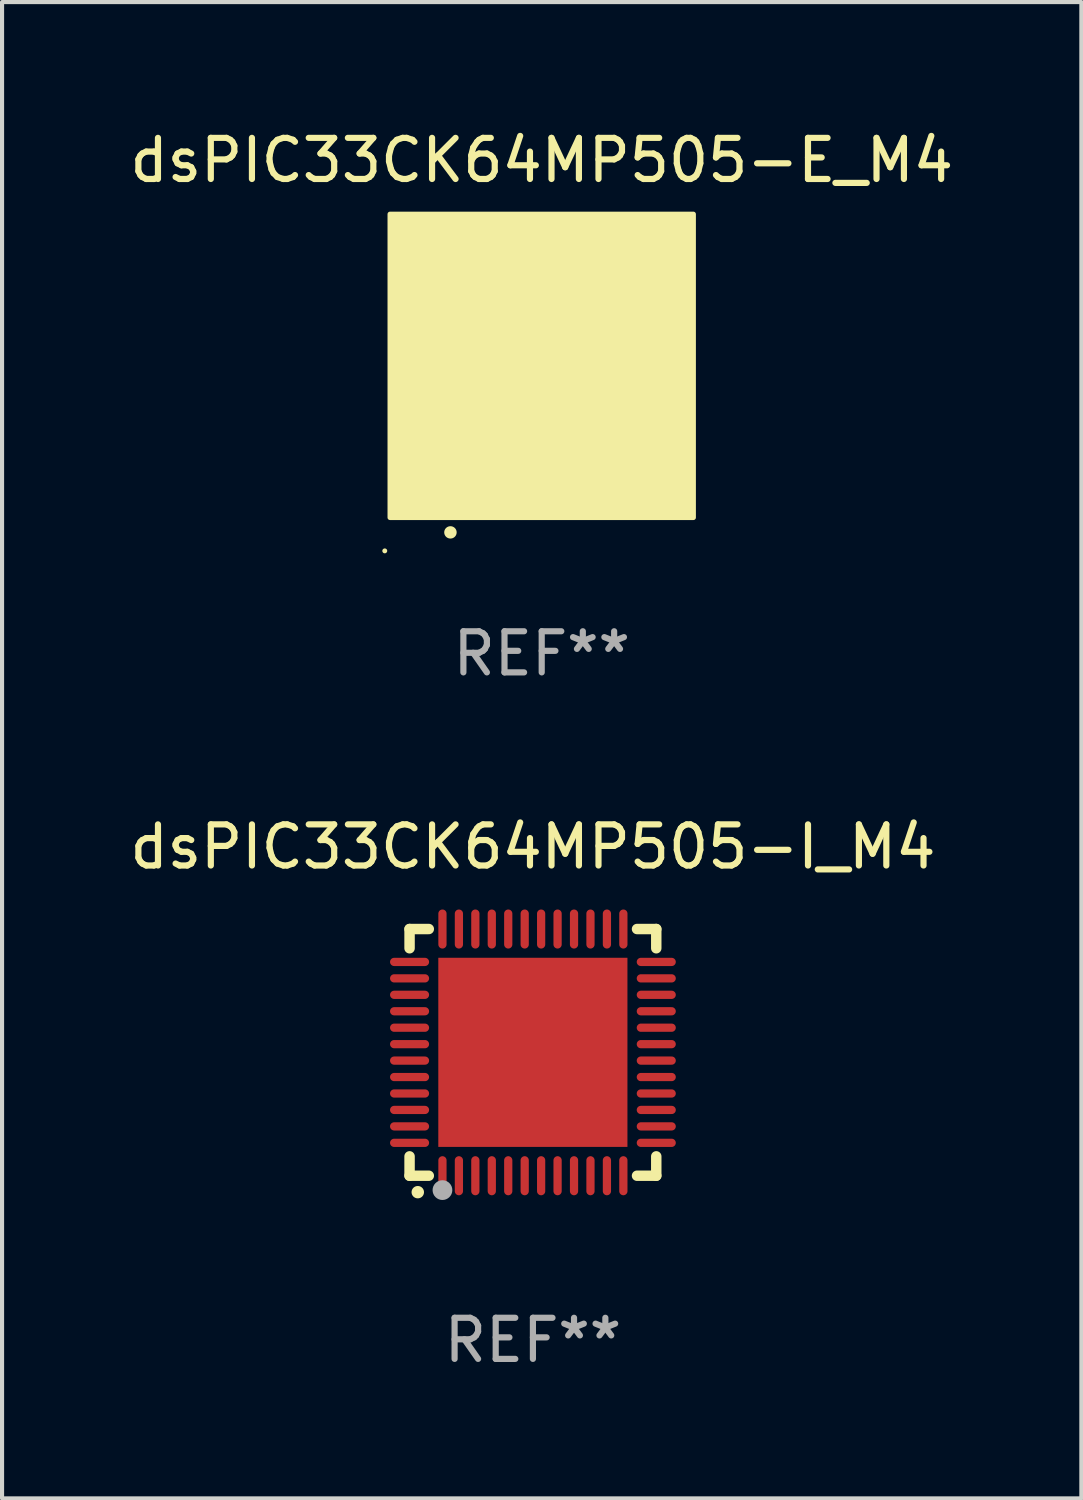
<source format=kicad_pcb>
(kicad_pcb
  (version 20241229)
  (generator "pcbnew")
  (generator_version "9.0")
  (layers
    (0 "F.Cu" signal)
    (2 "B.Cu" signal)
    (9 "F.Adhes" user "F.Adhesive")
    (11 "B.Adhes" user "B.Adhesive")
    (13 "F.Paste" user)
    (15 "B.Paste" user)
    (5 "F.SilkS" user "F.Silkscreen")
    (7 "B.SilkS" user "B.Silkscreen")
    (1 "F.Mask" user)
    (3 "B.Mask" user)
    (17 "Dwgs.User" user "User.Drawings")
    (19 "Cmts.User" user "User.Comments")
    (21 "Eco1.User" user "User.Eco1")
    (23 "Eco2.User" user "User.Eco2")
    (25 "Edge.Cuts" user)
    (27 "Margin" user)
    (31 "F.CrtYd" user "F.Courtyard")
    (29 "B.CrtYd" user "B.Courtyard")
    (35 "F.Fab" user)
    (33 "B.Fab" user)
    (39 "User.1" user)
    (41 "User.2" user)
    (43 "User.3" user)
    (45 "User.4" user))
  (footprint "dsPIC33CK64MP505-I_M4"
    (layer "F.Cu")
    (at 9.911 22.545)
    (property "Reference" "dsPIC33CK64MP505-I_M4" (at 0 -5 0) (layer "F.SilkS") (effects (font (size 1 1) (thickness 0.15))))
    (attr through_hole)
    (fp_line (start -3 -3) (end -2.532 -3) (stroke (width 0.254) (type solid)) (layer "F.SilkS"))
    (fp_line (start -3 -2.532) (end -3 -3) (stroke (width 0.254) (type solid)) (layer "F.SilkS"))
    (fp_line (start -3 3) (end -3 2.529) (stroke (width 0.254) (type solid)) (layer "F.SilkS"))
    (fp_line (start -2.532 3) (end -3 3) (stroke (width 0.254) (type solid)) (layer "F.SilkS"))
    (fp_line (start 2.532 -3) (end 3 -3) (stroke (width 0.254) (type solid)) (layer "F.SilkS"))
    (fp_line (start 3 -3) (end 3 -2.532) (stroke (width 0.254) (type solid)) (layer "F.SilkS"))
    (fp_line (start 3 2.529) (end 3 3) (stroke (width 0.254) (type solid)) (layer "F.SilkS"))
    (fp_line (start 3 3) (end 2.532 3) (stroke (width 0.254) (type solid)) (layer "F.SilkS"))
    (fp_arc (start -2.801295 3.400025) (mid -2.800025 3.40002) (end -2.798755 3.400025) (stroke (width 0.3) (type solid)) (layer "F.SilkS"))
    (fp_circle (center -3 3) (end -2.97 3) (stroke (width 0.06) (type solid)) (fill no) (layer "F.SilkS"))
    (fp_circle (center -2.2 3.35) (end -2.08 3.35) (stroke (width 0.24) (type solid)) (fill no) (layer "F.Fab"))
    (fp_text user "REF**" (at 0 7 0) (layer "F.Fab") (effects (font (size 1 1) (thickness 0.15))))
    (pad "1" smd oval (at -2.2 3) (size 0.2 0.95) (layers "F.Cu" "F.Mask" "F.Paste"))
    (pad "2" smd oval (at -1.8 3) (size 0.2 0.95) (layers "F.Cu" "F.Mask" "F.Paste"))
    (pad "3" smd oval (at -1.4 3) (size 0.2 0.95) (layers "F.Cu" "F.Mask" "F.Paste"))
    (pad "4" smd oval (at -1 3) (size 0.2 0.95) (layers "F.Cu" "F.Mask" "F.Paste"))
    (pad "5" smd oval (at -0.6 3) (size 0.2 0.95) (layers "F.Cu" "F.Mask" "F.Paste"))
    (pad "6" smd oval (at -0.2 3) (size 0.2 0.95) (layers "F.Cu" "F.Mask" "F.Paste"))
    (pad "7" smd oval (at 0.2 3) (size 0.2 0.95) (layers "F.Cu" "F.Mask" "F.Paste"))
    (pad "8" smd oval (at 0.6 3) (size 0.2 0.95) (layers "F.Cu" "F.Mask" "F.Paste"))
    (pad "9" smd oval (at 1 3) (size 0.2 0.95) (layers "F.Cu" "F.Mask" "F.Paste"))
    (pad "10" smd oval (at 1.4 3) (size 0.2 0.95) (layers "F.Cu" "F.Mask" "F.Paste"))
    (pad "11" smd oval (at 1.8 3) (size 0.2 0.95) (layers "F.Cu" "F.Mask" "F.Paste"))
    (pad "12" smd oval (at 2.2 3) (size 0.2 0.95) (layers "F.Cu" "F.Mask" "F.Paste"))
    (pad "13" smd oval (at 3 2.2 90) (size 0.2 0.95) (layers "F.Cu" "F.Mask" "F.Paste"))
    (pad "14" smd oval (at 3 1.8 90) (size 0.2 0.95) (layers "F.Cu" "F.Mask" "F.Paste"))
    (pad "15" smd oval (at 3 1.4 90) (size 0.2 0.95) (layers "F.Cu" "F.Mask" "F.Paste"))
    (pad "16" smd oval (at 3 1 90) (size 0.2 0.95) (layers "F.Cu" "F.Mask" "F.Paste"))
    (pad "17" smd oval (at 3 0.6 90) (size 0.2 0.95) (layers "F.Cu" "F.Mask" "F.Paste"))
    (pad "18" smd oval (at 3 0.2 90) (size 0.2 0.95) (layers "F.Cu" "F.Mask" "F.Paste"))
    (pad "19" smd oval (at 3 -0.2 90) (size 0.2 0.95) (layers "F.Cu" "F.Mask" "F.Paste"))
    (pad "20" smd oval (at 3 -0.6 90) (size 0.2 0.95) (layers "F.Cu" "F.Mask" "F.Paste"))
    (pad "21" smd oval (at 3 -1 90) (size 0.2 0.95) (layers "F.Cu" "F.Mask" "F.Paste"))
    (pad "22" smd oval (at 3 -1.4 90) (size 0.2 0.95) (layers "F.Cu" "F.Mask" "F.Paste"))
    (pad "23" smd oval (at 3 -1.8 90) (size 0.2 0.95) (layers "F.Cu" "F.Mask" "F.Paste"))
    (pad "24" smd oval (at 3 -2.2 90) (size 0.2 0.95) (layers "F.Cu" "F.Mask" "F.Paste"))
    (pad "25" smd oval (at 2.2 -3 180) (size 0.2 0.95) (layers "F.Cu" "F.Mask" "F.Paste"))
    (pad "26" smd oval (at 1.8 -3 180) (size 0.2 0.95) (layers "F.Cu" "F.Mask" "F.Paste"))
    (pad "27" smd oval (at 1.4 -3 180) (size 0.2 0.95) (layers "F.Cu" "F.Mask" "F.Paste"))
    (pad "28" smd oval (at 1 -3 180) (size 0.2 0.95) (layers "F.Cu" "F.Mask" "F.Paste"))
    (pad "29" smd oval (at 0.6 -3 180) (size 0.2 0.95) (layers "F.Cu" "F.Mask" "F.Paste"))
    (pad "30" smd oval (at 0.2 -3 180) (size 0.2 0.95) (layers "F.Cu" "F.Mask" "F.Paste"))
    (pad "31" smd oval (at -0.2 -3 180) (size 0.2 0.95) (layers "F.Cu" "F.Mask" "F.Paste"))
    (pad "32" smd oval (at -0.6 -3 180) (size 0.2 0.95) (layers "F.Cu" "F.Mask" "F.Paste"))
    (pad "33" smd oval (at -1 -3 180) (size 0.2 0.95) (layers "F.Cu" "F.Mask" "F.Paste"))
    (pad "34" smd oval (at -1.4 -3 180) (size 0.2 0.95) (layers "F.Cu" "F.Mask" "F.Paste"))
    (pad "35" smd oval (at -1.8 -3 180) (size 0.2 0.95) (layers "F.Cu" "F.Mask" "F.Paste"))
    (pad "36" smd oval (at -2.2 -3 180) (size 0.2 0.95) (layers "F.Cu" "F.Mask" "F.Paste"))
    (pad "37" smd oval (at -3 -2.2 270) (size 0.2 0.95) (layers "F.Cu" "F.Mask" "F.Paste"))
    (pad "38" smd oval (at -3 -1.8 270) (size 0.2 0.95) (layers "F.Cu" "F.Mask" "F.Paste"))
    (pad "39" smd oval (at -3 -1.4 270) (size 0.2 0.95) (layers "F.Cu" "F.Mask" "F.Paste"))
    (pad "40" smd oval (at -3 -1 270) (size 0.2 0.95) (layers "F.Cu" "F.Mask" "F.Paste"))
    (pad "41" smd oval (at -3 -0.6 270) (size 0.2 0.95) (layers "F.Cu" "F.Mask" "F.Paste"))
    (pad "42" smd oval (at -3 -0.2 270) (size 0.2 0.95) (layers "F.Cu" "F.Mask" "F.Paste"))
    (pad "43" smd oval (at -3 0.2 270) (size 0.2 0.95) (layers "F.Cu" "F.Mask" "F.Paste"))
    (pad "44" smd oval (at -3 0.6 270) (size 0.2 0.95) (layers "F.Cu" "F.Mask" "F.Paste"))
    (pad "45" smd oval (at -3 1 270) (size 0.2 0.95) (layers "F.Cu" "F.Mask" "F.Paste"))
    (pad "46" smd oval (at -3 1.4 270) (size 0.2 0.95) (layers "F.Cu" "F.Mask" "F.Paste"))
    (pad "47" smd oval (at -3 1.8 270) (size 0.2 0.95) (layers "F.Cu" "F.Mask" "F.Paste"))
    (pad "48" smd oval (at -3 2.2 270) (size 0.2 0.95) (layers "F.Cu" "F.Mask" "F.Paste"))
    (pad "49" smd rect (at -0.001 -0.001 180) (size 4.6 4.6) (layers "F.Cu" "F.Mask" "F.Paste")))
  (footprint "dsPIC33CK64MP505-E_M4"
    (layer "F.Cu")
    (at 10.125 5.848)
    (property "Reference" "dsPIC33CK64MP505-E_M4" (at 0 -5 0) (layer "F.SilkS") (effects (font (size 1 1) (thickness 0.15))))
    (attr through_hole)
    (fp_arc (start -2.221158 4.050013) (mid -2.219888 4.050008) (end -2.218618 4.050013) (stroke (width 0.3) (type solid)) (layer "F.SilkS"))
    (fp_circle (center -3.817 4.5) (end -3.787 4.5) (stroke (width 0.06) (type solid)) (fill no) (layer "F.SilkS"))
    (fp_poly (pts (xy -3.69 -3.69) (xy 3.69 -3.69) (xy 3.69 3.69) (xy -3.69 3.69)) (stroke (width 0.12) (type solid)) (fill yes) (layer "F.SilkS"))
    (fp_text user "REF**" (at 0 7 0) (layer "F.Fab") (effects (font (size 1 1) (thickness 0.15))))
    (pad "1" smd oval (at -2.201 3) (size 0.2 0.95) (layers "F.Cu" "F.Mask" "F.Paste"))
    (pad "2" smd oval (at -1.8 3) (size 0.2 0.95) (layers "F.Cu" "F.Mask" "F.Paste"))
    (pad "3" smd oval (at -1.401 3) (size 0.2 0.95) (layers "F.Cu" "F.Mask" "F.Paste"))
    (pad "4" smd oval (at -0.999 3) (size 0.2 0.95) (layers "F.Cu" "F.Mask" "F.Paste"))
    (pad "5" smd oval (at -0.601 3) (size 0.2 0.95) (layers "F.Cu" "F.Mask" "F.Paste"))
    (pad "6" smd oval (at -0.199 3) (size 0.2 0.95) (layers "F.Cu" "F.Mask" "F.Paste"))
    (pad "7" smd oval (at 0.199 3) (size 0.2 0.95) (layers "F.Cu" "F.Mask" "F.Paste"))
    (pad "8" smd oval (at 0.601 3) (size 0.2 0.95) (layers "F.Cu" "F.Mask" "F.Paste"))
    (pad "9" smd oval (at 0.999 3) (size 0.2 0.95) (layers "F.Cu" "F.Mask" "F.Paste"))
    (pad "10" smd oval (at 1.401 3) (size 0.2 0.95) (layers "F.Cu" "F.Mask" "F.Paste"))
    (pad "11" smd oval (at 1.8 3) (size 0.2 0.95) (layers "F.Cu" "F.Mask" "F.Paste"))
    (pad "12" smd oval (at 2.201 3) (size 0.2 0.95) (layers "F.Cu" "F.Mask" "F.Paste"))
    (pad "13" smd oval (at 3 2.198 90) (size 0.2 0.95) (layers "F.Cu" "F.Mask" "F.Paste"))
    (pad "14" smd oval (at 3 1.8 90) (size 0.2 0.95) (layers "F.Cu" "F.Mask" "F.Paste"))
    (pad "15" smd oval (at 3 1.401 90) (size 0.2 0.95) (layers "F.Cu" "F.Mask" "F.Paste"))
    (pad "16" smd oval (at 3 0.999 90) (size 0.2 0.95) (layers "F.Cu" "F.Mask" "F.Paste"))
    (pad "17" smd oval (at 3 0.601 90) (size 0.2 0.95) (layers "F.Cu" "F.Mask" "F.Paste"))
    (pad "18" smd oval (at 3 0.199 90) (size 0.2 0.95) (layers "F.Cu" "F.Mask" "F.Paste"))
    (pad "19" smd oval (at 3 -0.199 90) (size 0.2 0.95) (layers "F.Cu" "F.Mask" "F.Paste"))
    (pad "20" smd oval (at 3 -0.601 90) (size 0.2 0.95) (layers "F.Cu" "F.Mask" "F.Paste"))
    (pad "21" smd oval (at 3 -0.999 90) (size 0.2 0.95) (layers "F.Cu" "F.Mask" "F.Paste"))
    (pad "22" smd oval (at 3 -1.401 90) (size 0.2 0.95) (layers "F.Cu" "F.Mask" "F.Paste"))
    (pad "23" smd oval (at 3 -1.8 90) (size 0.2 0.95) (layers "F.Cu" "F.Mask" "F.Paste"))
    (pad "24" smd oval (at 3 -2.201 90) (size 0.2 0.95) (layers "F.Cu" "F.Mask" "F.Paste"))
    (pad "25" smd oval (at 2.201 -3 180) (size 0.2 0.95) (layers "F.Cu" "F.Mask" "F.Paste"))
    (pad "26" smd oval (at 1.8 -3 180) (size 0.2 0.95) (layers "F.Cu" "F.Mask" "F.Paste"))
    (pad "27" smd oval (at 1.401 -3 180) (size 0.2 0.95) (layers "F.Cu" "F.Mask" "F.Paste"))
    (pad "28" smd oval (at 0.999 -3 180) (size 0.2 0.95) (layers "F.Cu" "F.Mask" "F.Paste"))
    (pad "29" smd oval (at 0.601 -3 180) (size 0.2 0.95) (layers "F.Cu" "F.Mask" "F.Paste"))
    (pad "30" smd oval (at 0.199 -3 180) (size 0.2 0.95) (layers "F.Cu" "F.Mask" "F.Paste"))
    (pad "31" smd oval (at -0.199 -3 180) (size 0.2 0.95) (layers "F.Cu" "F.Mask" "F.Paste"))
    (pad "32" smd oval (at -0.601 -3 180) (size 0.2 0.95) (layers "F.Cu" "F.Mask" "F.Paste"))
    (pad "33" smd oval (at -0.999 -3 180) (size 0.2 0.95) (layers "F.Cu" "F.Mask" "F.Paste"))
    (pad "34" smd oval (at -1.401 -3 180) (size 0.2 0.95) (layers "F.Cu" "F.Mask" "F.Paste"))
    (pad "35" smd oval (at -1.8 -3 180) (size 0.2 0.95) (layers "F.Cu" "F.Mask" "F.Paste"))
    (pad "36" smd oval (at -2.201 -3 180) (size 0.2 0.95) (layers "F.Cu" "F.Mask" "F.Paste"))
    (pad "37" smd oval (at -3 -2.201 270) (size 0.2 0.95) (layers "F.Cu" "F.Mask" "F.Paste"))
    (pad "38" smd oval (at -3 -1.8 270) (size 0.2 0.95) (layers "F.Cu" "F.Mask" "F.Paste"))
    (pad "39" smd oval (at -3 -1.401 270) (size 0.2 0.95) (layers "F.Cu" "F.Mask" "F.Paste"))
    (pad "40" smd oval (at -3 -0.999 270) (size 0.2 0.95) (layers "F.Cu" "F.Mask" "F.Paste"))
    (pad "41" smd oval (at -3 -0.601 270) (size 0.2 0.95) (layers "F.Cu" "F.Mask" "F.Paste"))
    (pad "42" smd oval (at -3 -0.199 270) (size 0.2 0.95) (layers "F.Cu" "F.Mask" "F.Paste"))
    (pad "43" smd oval (at -3 0.199 270) (size 0.2 0.95) (layers "F.Cu" "F.Mask" "F.Paste"))
    (pad "44" smd oval (at -3 0.601 270) (size 0.2 0.95) (layers "F.Cu" "F.Mask" "F.Paste"))
    (pad "45" smd oval (at -3 0.999 270) (size 0.2 0.95) (layers "F.Cu" "F.Mask" "F.Paste"))
    (pad "46" smd oval (at -3 1.401 270) (size 0.2 0.95) (layers "F.Cu" "F.Mask" "F.Paste"))
    (pad "47" smd oval (at -3 1.8 270) (size 0.2 0.95) (layers "F.Cu" "F.Mask" "F.Paste"))
    (pad "48" smd oval (at -3 2.198 270) (size 0.2 0.95) (layers "F.Cu" "F.Mask" "F.Paste"))
    (pad "49" smd rect (at -3 -3 90) (size 0.9 0.9) (layers "F.Cu" "F.Mask" "F.Paste"))
    (pad "49" smd rect (at -3 3 90) (size 0.9 0.9) (layers "F.Cu" "F.Mask" "F.Paste"))
    (pad "49" smd rect (at -0.001 -0.001 90) (size 4.6 4.6) (layers "F.Cu" "F.Mask" "F.Paste"))
    (pad "49" smd rect (at 3 -3 90) (size 0.9 0.9) (layers "F.Cu" "F.Mask" "F.Paste"))
    (pad "49" smd rect (at 3 3 90) (size 0.9 0.9) (layers "F.Cu" "F.Mask" "F.Paste")))
  (gr_rect
    (start -3 -3)
    (end 23.25 33.393)
    (stroke (width 0.1) (type default))
    (fill no)
    (layer "Edge.Cuts")))
</source>
